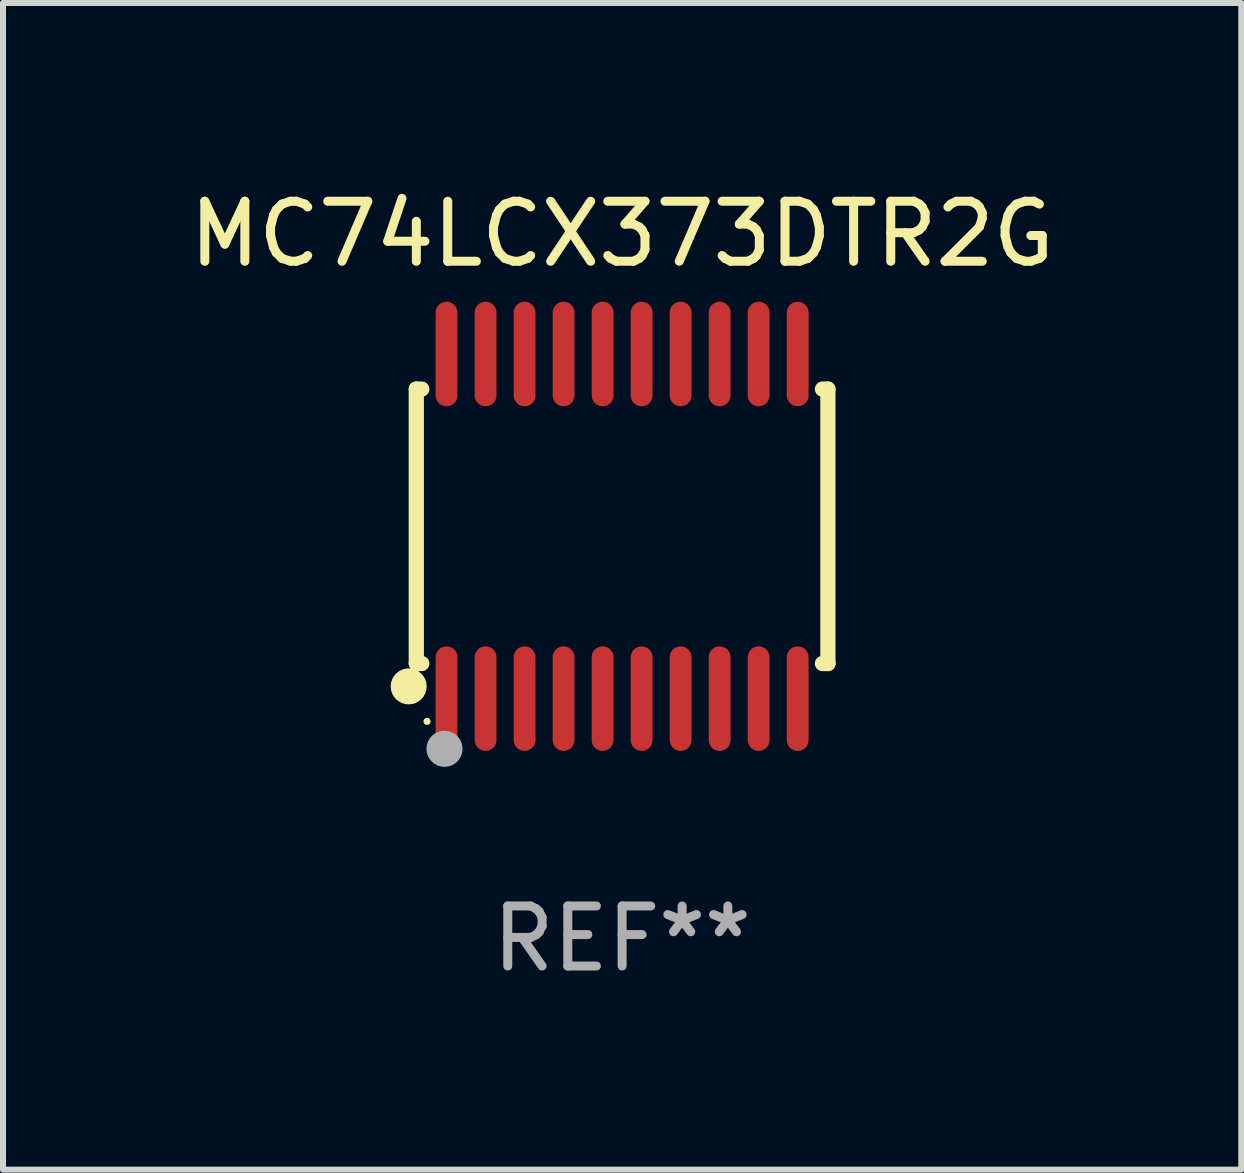
<source format=kicad_pcb>
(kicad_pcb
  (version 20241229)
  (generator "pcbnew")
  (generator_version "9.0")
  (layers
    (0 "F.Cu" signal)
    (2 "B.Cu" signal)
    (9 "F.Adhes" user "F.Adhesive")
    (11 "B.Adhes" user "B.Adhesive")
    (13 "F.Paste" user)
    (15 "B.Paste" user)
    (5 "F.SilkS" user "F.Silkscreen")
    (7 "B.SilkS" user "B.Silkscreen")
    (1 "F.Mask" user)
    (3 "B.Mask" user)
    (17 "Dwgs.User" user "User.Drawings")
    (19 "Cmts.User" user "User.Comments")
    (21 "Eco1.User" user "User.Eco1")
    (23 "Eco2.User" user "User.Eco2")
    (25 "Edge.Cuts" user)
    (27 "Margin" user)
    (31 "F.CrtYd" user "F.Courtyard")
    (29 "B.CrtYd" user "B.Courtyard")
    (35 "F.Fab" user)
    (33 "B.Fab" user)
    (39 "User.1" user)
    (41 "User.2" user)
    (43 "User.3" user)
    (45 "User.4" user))
  (footprint "MC74LCX373DTR2G"
    (layer "F.Cu")
    (at 7.315 5.719)
    (property "Reference" "MC74LCX373DTR2G" (at 0 -4.871 0) (layer "F.SilkS") (effects (font (size 1 1) (thickness 0.15))))
    (attr through_hole)
    (fp_line (start -3.429 -2.286) (end -3.429 2.286) (stroke (width 0.254) (type solid)) (layer "F.SilkS"))
    (fp_line (start -3.429 2.286) (end -3.338 2.286) (stroke (width 0.254) (type solid)) (layer "F.SilkS"))
    (fp_line (start -3.338 -2.286) (end -3.429 -2.286) (stroke (width 0.254) (type solid)) (layer "F.SilkS"))
    (fp_line (start 3.338 -2.286) (end 3.429 -2.286) (stroke (width 0.254) (type solid)) (layer "F.SilkS"))
    (fp_line (start 3.429 -2.286) (end 3.429 2.286) (stroke (width 0.254) (type solid)) (layer "F.SilkS"))
    (fp_line (start 3.429 2.286) (end 3.338 2.286) (stroke (width 0.254) (type solid)) (layer "F.SilkS"))
    (fp_circle (center -3.556 2.667) (end -3.406 2.667) (stroke (width 0.3) (type solid)) (fill no) (layer "F.SilkS"))
    (fp_circle (center -3.25 3.25) (end -3.22 3.25) (stroke (width 0.06) (type solid)) (fill no) (layer "F.SilkS"))
    (fp_circle (center -2.959 3.707) (end -2.808 3.707) (stroke (width 0.3) (type solid)) (fill no) (layer "F.Fab"))
    (fp_text user "REF**" (at 0 6.871 0) (layer "F.Fab") (effects (font (size 1 1) (thickness 0.15))))
    (pad "1" smd oval (at -2.925 2.871) (size 0.364 1.742) (layers "F.Cu" "F.Mask" "F.Paste"))
    (pad "2" smd oval (at -2.275 2.871) (size 0.364 1.742) (layers "F.Cu" "F.Mask" "F.Paste"))
    (pad "3" smd oval (at -1.625 2.871) (size 0.364 1.742) (layers "F.Cu" "F.Mask" "F.Paste"))
    (pad "4" smd oval (at -0.975 2.871) (size 0.364 1.742) (layers "F.Cu" "F.Mask" "F.Paste"))
    (pad "5" smd oval (at -0.325 2.871) (size 0.364 1.742) (layers "F.Cu" "F.Mask" "F.Paste"))
    (pad "6" smd oval (at 0.325 2.871) (size 0.364 1.742) (layers "F.Cu" "F.Mask" "F.Paste"))
    (pad "7" smd oval (at 0.975 2.871) (size 0.364 1.742) (layers "F.Cu" "F.Mask" "F.Paste"))
    (pad "8" smd oval (at 1.625 2.871) (size 0.364 1.742) (layers "F.Cu" "F.Mask" "F.Paste"))
    (pad "9" smd oval (at 2.275 2.871) (size 0.364 1.742) (layers "F.Cu" "F.Mask" "F.Paste"))
    (pad "10" smd oval (at 2.925 2.871) (size 0.364 1.742) (layers "F.Cu" "F.Mask" "F.Paste"))
    (pad "11" smd oval (at 2.925 -2.871) (size 0.364 1.742) (layers "F.Cu" "F.Mask" "F.Paste"))
    (pad "12" smd oval (at 2.275 -2.871) (size 0.364 1.742) (layers "F.Cu" "F.Mask" "F.Paste"))
    (pad "13" smd oval (at 1.625 -2.871) (size 0.364 1.742) (layers "F.Cu" "F.Mask" "F.Paste"))
    (pad "14" smd oval (at 0.975 -2.871) (size 0.364 1.742) (layers "F.Cu" "F.Mask" "F.Paste"))
    (pad "15" smd oval (at 0.325 -2.871) (size 0.364 1.742) (layers "F.Cu" "F.Mask" "F.Paste"))
    (pad "16" smd oval (at -0.325 -2.871) (size 0.364 1.742) (layers "F.Cu" "F.Mask" "F.Paste"))
    (pad "17" smd oval (at -0.975 -2.871) (size 0.364 1.742) (layers "F.Cu" "F.Mask" "F.Paste"))
    (pad "18" smd oval (at -1.625 -2.871) (size 0.364 1.742) (layers "F.Cu" "F.Mask" "F.Paste"))
    (pad "19" smd oval (at -2.275 -2.871) (size 0.364 1.742) (layers "F.Cu" "F.Mask" "F.Paste"))
    (pad "20" smd oval (at -2.925 -2.871) (size 0.364 1.742) (layers "F.Cu" "F.Mask" "F.Paste")))
  (gr_rect
    (start -3 -3)
    (end 17.631 16.438)
    (stroke (width 0.1) (type default))
    (fill no)
    (layer "Edge.Cuts")))
</source>
